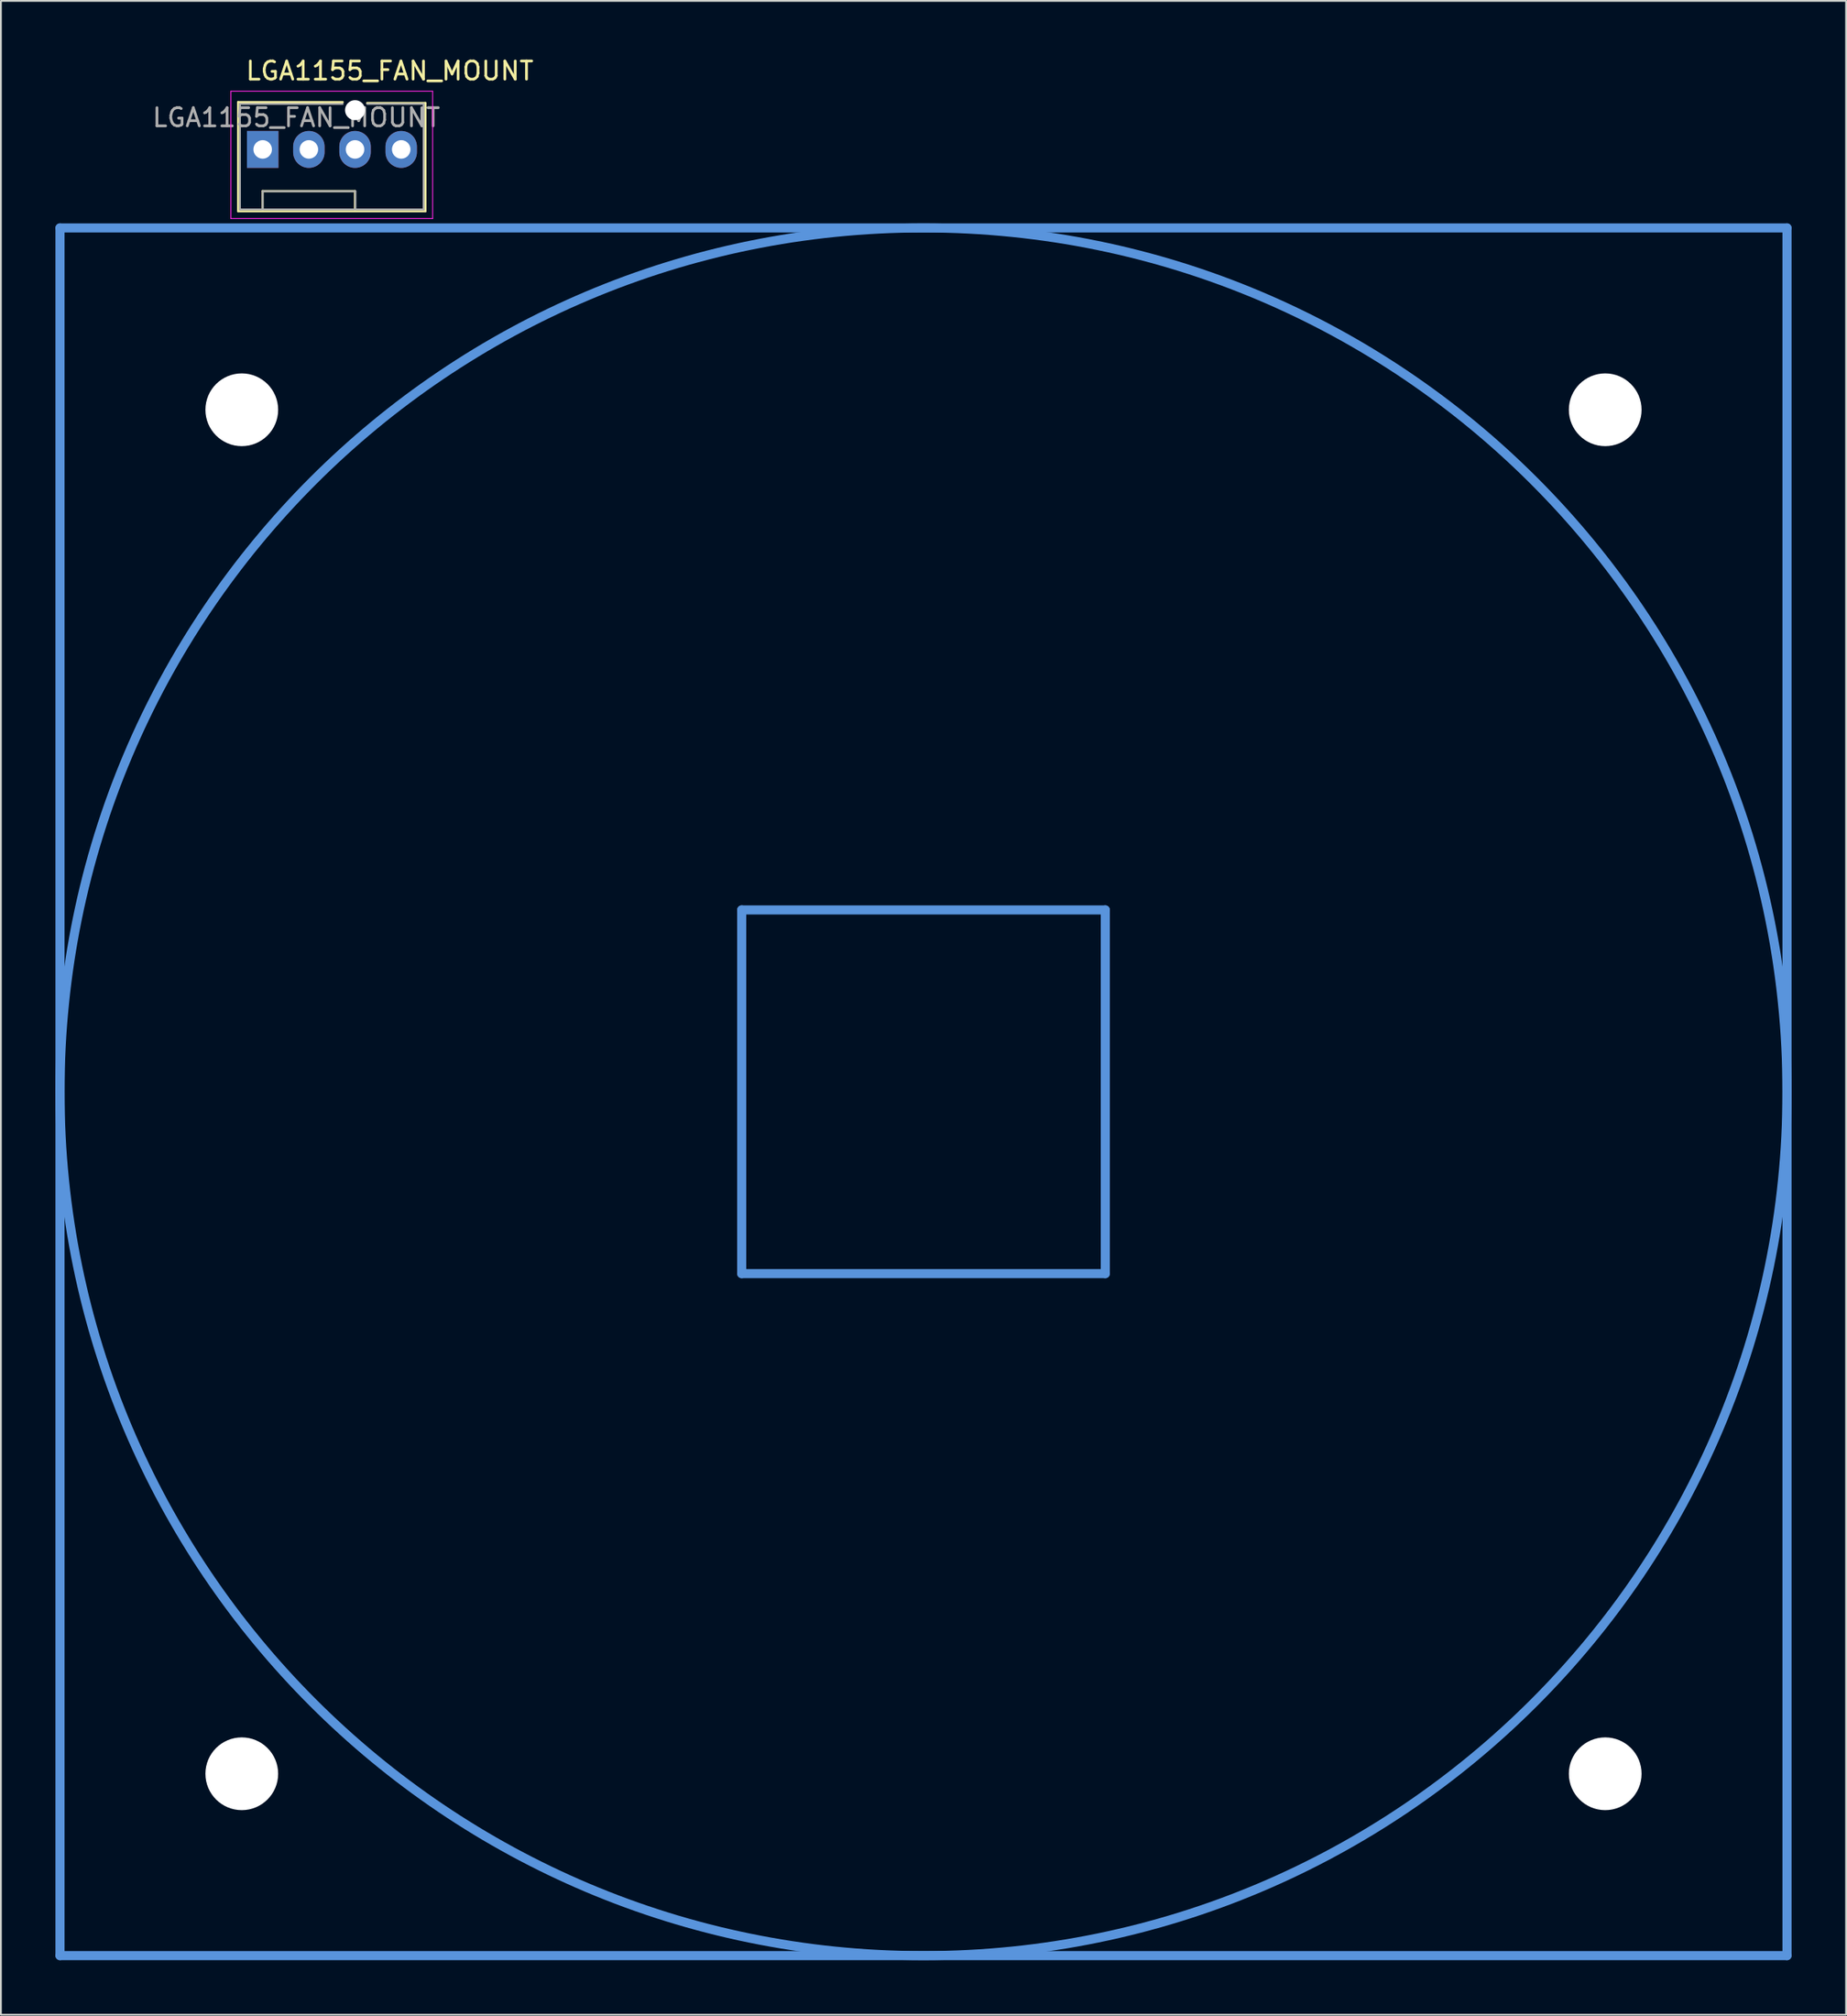
<source format=kicad_pcb>
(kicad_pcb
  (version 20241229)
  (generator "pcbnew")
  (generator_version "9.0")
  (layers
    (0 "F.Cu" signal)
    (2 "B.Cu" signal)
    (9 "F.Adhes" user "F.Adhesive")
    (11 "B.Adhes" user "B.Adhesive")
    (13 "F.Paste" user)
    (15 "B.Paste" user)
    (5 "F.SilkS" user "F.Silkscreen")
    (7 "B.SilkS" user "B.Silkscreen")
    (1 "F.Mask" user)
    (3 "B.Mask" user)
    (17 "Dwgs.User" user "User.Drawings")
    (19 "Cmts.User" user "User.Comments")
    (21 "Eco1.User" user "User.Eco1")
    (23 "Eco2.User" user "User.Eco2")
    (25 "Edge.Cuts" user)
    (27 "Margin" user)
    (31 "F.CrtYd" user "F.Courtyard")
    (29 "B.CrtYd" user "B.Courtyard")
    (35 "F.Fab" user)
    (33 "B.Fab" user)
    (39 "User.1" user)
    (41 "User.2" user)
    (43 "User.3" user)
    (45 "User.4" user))
  (footprint "LGA1155_FAN_MOUNT"
    (layer "F.Cu")
    (at 47.75 56.982)
    (property "Reference" "LGA1155_FAN_MOUNT" (at -37.366 -56.134 0) (layer "F.SilkS") (effects (font (size 1 1) (thickness 0.15)) (justify left)))
    (attr through_hole)
    (fp_line (start -37.7 -54.416) (end -31.95 -54.416) (stroke (width 0.12) (type solid)) (layer "F.SilkS"))
    (fp_line (start -37.7 -48.416) (end -37.7 -54.416) (stroke (width 0.12) (type solid)) (layer "F.SilkS"))
    (fp_line (start -36.35 -49.526) (end -31.27 -49.526) (stroke (width 0.12) (type solid)) (layer "F.SilkS"))
    (fp_line (start -36.35 -48.516) (end -36.35 -49.526) (stroke (width 0.12) (type solid)) (layer "F.SilkS"))
    (fp_line (start -31.27 -49.526) (end -31.27 -48.516) (stroke (width 0.12) (type solid)) (layer "F.SilkS"))
    (fp_line (start -30.6 -54.366) (end -27.4 -54.366) (stroke (width 0.12) (type solid)) (layer "F.SilkS"))
    (fp_line (start -27.4 -54.366) (end -27.4 -48.416) (stroke (width 0.12) (type solid)) (layer "F.SilkS"))
    (fp_line (start -27.4 -48.416) (end -37.7 -48.416) (stroke (width 0.12) (type solid)) (layer "F.SilkS"))
    (fp_line (start -47.5 -47.5) (end -47.5 47.5) (stroke (width 0.5) (type solid)) (layer "Cmts.User"))
    (fp_line (start -47.5 47.5) (end 47.5 47.5) (stroke (width 0.5) (type solid)) (layer "Cmts.User"))
    (fp_line (start -10 -10) (end -10 10) (stroke (width 0.5) (type solid)) (layer "Cmts.User"))
    (fp_line (start -10 10) (end 10 10) (stroke (width 0.5) (type solid)) (layer "Cmts.User"))
    (fp_line (start 10 -10) (end -10 -10) (stroke (width 0.5) (type solid)) (layer "Cmts.User"))
    (fp_line (start 10 10) (end 10 -10) (stroke (width 0.5) (type solid)) (layer "Cmts.User"))
    (fp_line (start 47.5 -47.5) (end -47.5 -47.5) (stroke (width 0.5) (type solid)) (layer "Cmts.User"))
    (fp_line (start 47.5 47.5) (end 47.5 -47.5) (stroke (width 0.5) (type solid)) (layer "Cmts.User"))
    (fp_circle (center 0 0) (end 47.5 0) (stroke (width 0.5) (type solid)) (fill no) (layer "Cmts.User"))
    (fp_line (start -38.1 -48.016) (end -38.1 -55.016) (stroke (width 0.05) (type solid)) (layer "F.CrtYd"))
    (fp_line (start -38.1 -48.016) (end -27 -48.016) (stroke (width 0.05) (type solid)) (layer "F.CrtYd"))
    (fp_line (start -27 -55.016) (end -38.1 -55.016) (stroke (width 0.05) (type solid)) (layer "F.CrtYd"))
    (fp_line (start -27 -55.016) (end -27 -48.016) (stroke (width 0.05) (type solid)) (layer "F.CrtYd"))
    (fp_line (start -37.6 -54.316) (end -31.95 -54.316) (stroke (width 0.1) (type solid)) (layer "F.Fab"))
    (fp_line (start -37.6 -48.516) (end -37.6 -54.316) (stroke (width 0.1) (type solid)) (layer "F.Fab"))
    (fp_line (start -37.55 -48.516) (end -37.6 -48.516) (stroke (width 0.1) (type solid)) (layer "F.Fab"))
    (fp_line (start -36.35 -49.516) (end -36.35 -48.516) (stroke (width 0.1) (type solid)) (layer "F.Fab"))
    (fp_line (start -31.25 -49.516) (end -36.35 -49.516) (stroke (width 0.1) (type solid)) (layer "F.Fab"))
    (fp_line (start -31.25 -48.516) (end -31.25 -49.516) (stroke (width 0.1) (type solid)) (layer "F.Fab"))
    (fp_line (start -30.6 -54.316) (end -27.5 -54.316) (stroke (width 0.1) (type solid)) (layer "F.Fab"))
    (fp_line (start -27.5 -54.316) (end -27.5 -48.516) (stroke (width 0.1) (type solid)) (layer "F.Fab"))
    (fp_line (start -27.5 -48.516) (end -37.55 -48.516) (stroke (width 0.1) (type solid)) (layer "F.Fab"))
    (fp_text user "${REFERENCE}" (at -34.5 -53.566 0) (layer "F.Fab") (effects (font (size 1 1) (thickness 0.15))))
    (pad "" np_thru_hole circle (at -37.5 -37.5) (size 4 4) (drill 4) (layers "*.Cu" "*.Mask"))
    (pad "" np_thru_hole circle (at -37.5 37.5) (size 4 4) (drill 4) (layers "*.Cu" "*.Mask"))
    (pad "" np_thru_hole circle (at -31.27 -53.976 90) (size 1.1 1.1) (drill 1.1) (layers "*.Cu" "*.Mask"))
    (pad "" np_thru_hole circle (at 37.5 -37.5) (size 4 4) (drill 4) (layers "*.Cu" "*.Mask"))
    (pad "" np_thru_hole circle (at 37.5 37.5) (size 4 4) (drill 4) (layers "*.Cu" "*.Mask"))
    (pad "1" thru_hole rect (at -36.35 -51.816 90) (size 2.03 1.73) (drill 1.02) (layers "*.Cu" "*.Mask"))
    (pad "2" thru_hole oval (at -33.81 -51.816 90) (size 2.03 1.73) (drill 1.02) (layers "*.Cu" "*.Mask"))
    (pad "3" thru_hole oval (at -31.27 -51.816 90) (size 2.03 1.73) (drill 1.02) (layers "*.Cu" "*.Mask"))
    (pad "4" thru_hole oval (at -28.73 -51.816 90) (size 2.03 1.73) (drill 1.02) (layers "*.Cu" "*.Mask")))
  (gr_rect
    (start -3 -3)
    (end 98.5 107.732)
    (stroke (width 0.1) (type default))
    (fill no)
    (layer "Edge.Cuts")))
</source>
